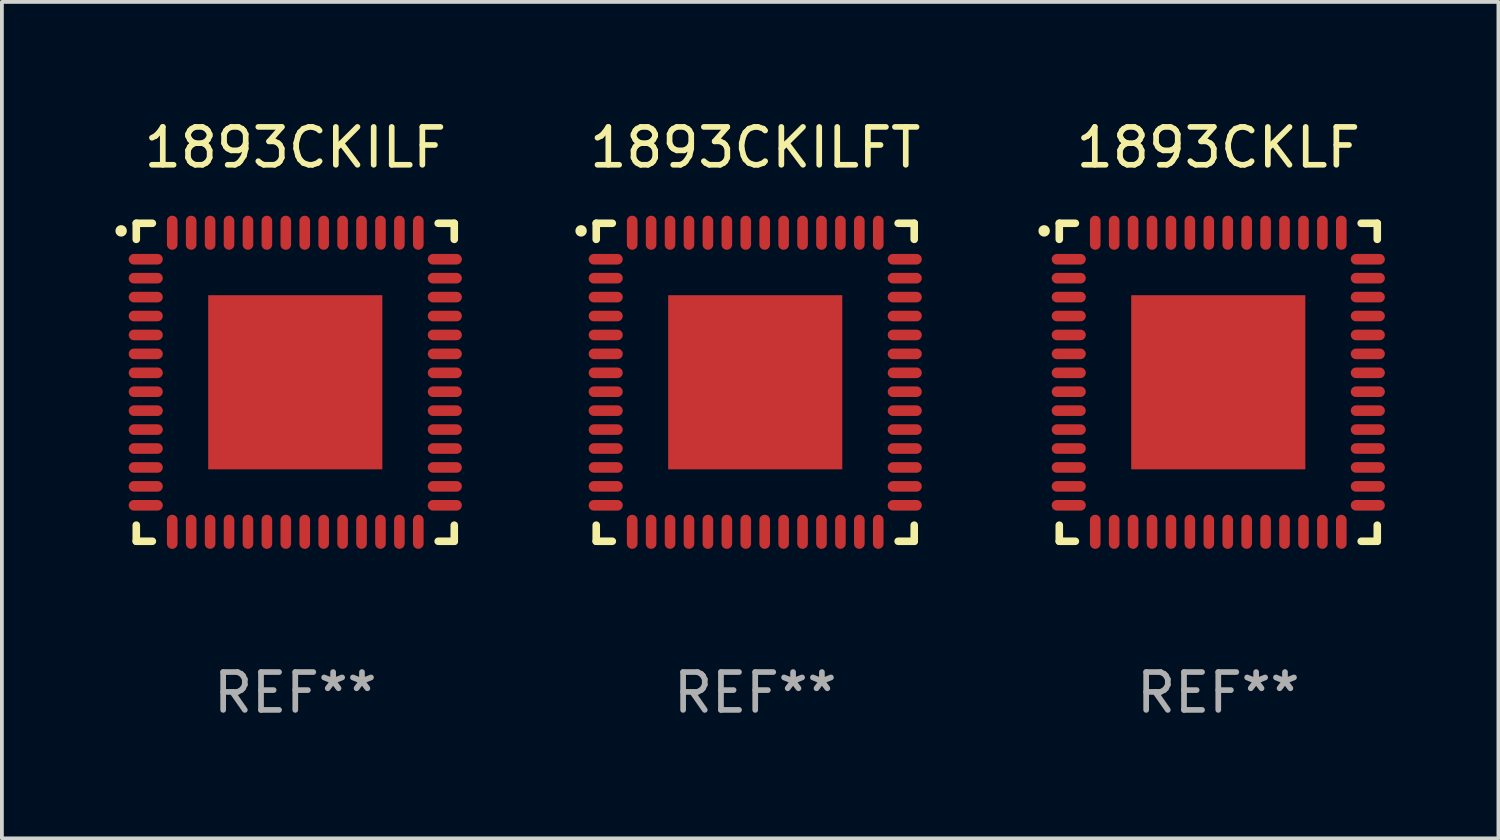
<source format=kicad_pcb>
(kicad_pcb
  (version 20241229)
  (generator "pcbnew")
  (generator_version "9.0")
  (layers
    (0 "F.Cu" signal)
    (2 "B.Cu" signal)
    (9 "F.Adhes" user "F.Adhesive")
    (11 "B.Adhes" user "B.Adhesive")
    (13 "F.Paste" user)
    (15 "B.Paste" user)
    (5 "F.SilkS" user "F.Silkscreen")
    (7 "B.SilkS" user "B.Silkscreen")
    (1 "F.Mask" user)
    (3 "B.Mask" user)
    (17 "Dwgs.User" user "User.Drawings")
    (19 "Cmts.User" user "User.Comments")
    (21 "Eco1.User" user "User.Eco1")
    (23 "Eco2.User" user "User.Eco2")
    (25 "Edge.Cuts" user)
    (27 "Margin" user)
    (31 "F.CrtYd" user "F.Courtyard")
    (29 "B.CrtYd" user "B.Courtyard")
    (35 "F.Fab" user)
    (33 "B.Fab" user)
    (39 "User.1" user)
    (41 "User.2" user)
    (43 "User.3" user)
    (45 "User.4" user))
  (footprint "1893CKILF"
    (layer "F.Cu")
    (at 4.75 7.048)
    (property "Reference" "1893CKILF" (at 0 -6.2 0) (layer "F.SilkS") (effects (font (size 1 1) (thickness 0.15))))
    (attr through_hole)
    (fp_line (start -4.2 -4.2) (end -3.775 -4.2) (stroke (width 0.2) (type solid)) (layer "F.SilkS"))
    (fp_line (start -4.2 -3.775) (end -4.2 -4.2) (stroke (width 0.2) (type solid)) (layer "F.SilkS"))
    (fp_line (start -4.2 3.775) (end -4.2 4.2) (stroke (width 0.2) (type solid)) (layer "F.SilkS"))
    (fp_line (start -4.2 4.2) (end -3.775 4.2) (stroke (width 0.2) (type solid)) (layer "F.SilkS"))
    (fp_line (start 3.775 4.2) (end 4.2 4.2) (stroke (width 0.2) (type solid)) (layer "F.SilkS"))
    (fp_line (start 4.2 -4.2) (end 3.775 -4.2) (stroke (width 0.2) (type solid)) (layer "F.SilkS"))
    (fp_line (start 4.2 -3.775) (end 4.2 -4.2) (stroke (width 0.2) (type solid)) (layer "F.SilkS"))
    (fp_line (start 4.2 4.2) (end 4.2 3.775) (stroke (width 0.2) (type solid)) (layer "F.SilkS"))
    (fp_arc (start -4.599949 -3.997968) (mid -4.599954 -3.999238) (end -4.599949 -4.000508) (stroke (width 0.3) (type solid)) (layer "F.SilkS"))
    (fp_text user "REF**" (at 0 8.2 0) (layer "F.Fab") (effects (font (size 1 1) (thickness 0.15))))
    (pad "1" smd oval (at -3.95 -3.25 90) (size 0.28 0.9) (layers "F.Cu" "F.Mask" "F.Paste"))
    (pad "2" smd oval (at -3.95 -2.75 90) (size 0.28 0.9) (layers "F.Cu" "F.Mask" "F.Paste"))
    (pad "3" smd oval (at -3.95 -2.25 90) (size 0.28 0.9) (layers "F.Cu" "F.Mask" "F.Paste"))
    (pad "4" smd oval (at -3.95 -1.75 90) (size 0.28 0.9) (layers "F.Cu" "F.Mask" "F.Paste"))
    (pad "5" smd oval (at -3.95 -1.25 90) (size 0.28 0.9) (layers "F.Cu" "F.Mask" "F.Paste"))
    (pad "6" smd oval (at -3.95 -0.75 90) (size 0.28 0.9) (layers "F.Cu" "F.Mask" "F.Paste"))
    (pad "7" smd oval (at -3.95 -0.25 90) (size 0.28 0.9) (layers "F.Cu" "F.Mask" "F.Paste"))
    (pad "8" smd oval (at -3.95 0.25 90) (size 0.28 0.9) (layers "F.Cu" "F.Mask" "F.Paste"))
    (pad "9" smd oval (at -3.95 0.75 90) (size 0.28 0.9) (layers "F.Cu" "F.Mask" "F.Paste"))
    (pad "10" smd oval (at -3.95 1.25 90) (size 0.28 0.9) (layers "F.Cu" "F.Mask" "F.Paste"))
    (pad "11" smd oval (at -3.95 1.75 90) (size 0.28 0.9) (layers "F.Cu" "F.Mask" "F.Paste"))
    (pad "12" smd oval (at -3.95 2.25 90) (size 0.28 0.9) (layers "F.Cu" "F.Mask" "F.Paste"))
    (pad "13" smd oval (at -3.95 2.75 90) (size 0.28 0.9) (layers "F.Cu" "F.Mask" "F.Paste"))
    (pad "14" smd oval (at -3.95 3.25 90) (size 0.28 0.9) (layers "F.Cu" "F.Mask" "F.Paste"))
    (pad "15" smd oval (at -3.25 3.95) (size 0.28 0.9) (layers "F.Cu" "F.Mask" "F.Paste"))
    (pad "16" smd oval (at -2.75 3.95) (size 0.28 0.9) (layers "F.Cu" "F.Mask" "F.Paste"))
    (pad "17" smd oval (at -2.25 3.95) (size 0.28 0.9) (layers "F.Cu" "F.Mask" "F.Paste"))
    (pad "18" smd oval (at -1.75 3.95) (size 0.28 0.9) (layers "F.Cu" "F.Mask" "F.Paste"))
    (pad "19" smd oval (at -1.25 3.95) (size 0.28 0.9) (layers "F.Cu" "F.Mask" "F.Paste"))
    (pad "20" smd oval (at -0.75 3.95) (size 0.28 0.9) (layers "F.Cu" "F.Mask" "F.Paste"))
    (pad "21" smd oval (at -0.25 3.95) (size 0.28 0.9) (layers "F.Cu" "F.Mask" "F.Paste"))
    (pad "22" smd oval (at 0.25 3.95) (size 0.28 0.9) (layers "F.Cu" "F.Mask" "F.Paste"))
    (pad "23" smd oval (at 0.75 3.95) (size 0.28 0.9) (layers "F.Cu" "F.Mask" "F.Paste"))
    (pad "24" smd oval (at 1.25 3.95) (size 0.28 0.9) (layers "F.Cu" "F.Mask" "F.Paste"))
    (pad "25" smd oval (at 1.75 3.95) (size 0.28 0.9) (layers "F.Cu" "F.Mask" "F.Paste"))
    (pad "26" smd oval (at 2.25 3.95) (size 0.28 0.9) (layers "F.Cu" "F.Mask" "F.Paste"))
    (pad "27" smd oval (at 2.75 3.95) (size 0.28 0.9) (layers "F.Cu" "F.Mask" "F.Paste"))
    (pad "28" smd oval (at 3.25 3.95) (size 0.28 0.9) (layers "F.Cu" "F.Mask" "F.Paste"))
    (pad "29" smd oval (at 3.95 3.25 90) (size 0.28 0.9) (layers "F.Cu" "F.Mask" "F.Paste"))
    (pad "30" smd oval (at 3.95 2.75 90) (size 0.28 0.9) (layers "F.Cu" "F.Mask" "F.Paste"))
    (pad "31" smd oval (at 3.95 2.25 90) (size 0.28 0.9) (layers "F.Cu" "F.Mask" "F.Paste"))
    (pad "32" smd oval (at 3.95 1.75 90) (size 0.28 0.9) (layers "F.Cu" "F.Mask" "F.Paste"))
    (pad "33" smd oval (at 3.95 1.25 90) (size 0.28 0.9) (layers "F.Cu" "F.Mask" "F.Paste"))
    (pad "34" smd oval (at 3.95 0.75 90) (size 0.28 0.9) (layers "F.Cu" "F.Mask" "F.Paste"))
    (pad "35" smd oval (at 3.95 0.25 90) (size 0.28 0.9) (layers "F.Cu" "F.Mask" "F.Paste"))
    (pad "36" smd oval (at 3.95 -0.25 90) (size 0.28 0.9) (layers "F.Cu" "F.Mask" "F.Paste"))
    (pad "37" smd oval (at 3.95 -0.75 90) (size 0.28 0.9) (layers "F.Cu" "F.Mask" "F.Paste"))
    (pad "38" smd oval (at 3.95 -1.25 90) (size 0.28 0.9) (layers "F.Cu" "F.Mask" "F.Paste"))
    (pad "39" smd oval (at 3.95 -1.75 90) (size 0.28 0.9) (layers "F.Cu" "F.Mask" "F.Paste"))
    (pad "40" smd oval (at 3.95 -2.25 90) (size 0.28 0.9) (layers "F.Cu" "F.Mask" "F.Paste"))
    (pad "41" smd oval (at 3.95 -2.75 90) (size 0.28 0.9) (layers "F.Cu" "F.Mask" "F.Paste"))
    (pad "42" smd oval (at 3.95 -3.25 90) (size 0.28 0.9) (layers "F.Cu" "F.Mask" "F.Paste"))
    (pad "43" smd oval (at 3.25 -3.95) (size 0.28 0.9) (layers "F.Cu" "F.Mask" "F.Paste"))
    (pad "44" smd oval (at 2.75 -3.95) (size 0.28 0.9) (layers "F.Cu" "F.Mask" "F.Paste"))
    (pad "45" smd oval (at 2.25 -3.95) (size 0.28 0.9) (layers "F.Cu" "F.Mask" "F.Paste"))
    (pad "46" smd oval (at 1.75 -3.95) (size 0.28 0.9) (layers "F.Cu" "F.Mask" "F.Paste"))
    (pad "47" smd oval (at 1.25 -3.95) (size 0.28 0.9) (layers "F.Cu" "F.Mask" "F.Paste"))
    (pad "48" smd oval (at 0.75 -3.95) (size 0.28 0.9) (layers "F.Cu" "F.Mask" "F.Paste"))
    (pad "49" smd oval (at 0.25 -3.95) (size 0.28 0.9) (layers "F.Cu" "F.Mask" "F.Paste"))
    (pad "50" smd oval (at -0.25 -3.95) (size 0.28 0.9) (layers "F.Cu" "F.Mask" "F.Paste"))
    (pad "51" smd oval (at -0.75 -3.95) (size 0.28 0.9) (layers "F.Cu" "F.Mask" "F.Paste"))
    (pad "52" smd oval (at -1.25 -3.95) (size 0.28 0.9) (layers "F.Cu" "F.Mask" "F.Paste"))
    (pad "53" smd oval (at -1.75 -3.95) (size 0.28 0.9) (layers "F.Cu" "F.Mask" "F.Paste"))
    (pad "54" smd oval (at -2.25 -3.95) (size 0.28 0.9) (layers "F.Cu" "F.Mask" "F.Paste"))
    (pad "55" smd oval (at -2.75 -3.95) (size 0.28 0.9) (layers "F.Cu" "F.Mask" "F.Paste"))
    (pad "56" smd oval (at -3.25 -3.95) (size 0.28 0.9) (layers "F.Cu" "F.Mask" "F.Paste"))
    (pad "57" smd rect (at 0 0.000051) (size 4.6 4.6) (layers "F.Cu" "F.Mask" "F.Paste")))
  (footprint "1893CKLF"
    (layer "F.Cu")
    (at 29.132 7.048)
    (property "Reference" "1893CKLF" (at 0 -6.2 0) (layer "F.SilkS") (effects (font (size 1 1) (thickness 0.15))))
    (attr through_hole)
    (fp_line (start -4.2 -4.2) (end -3.775 -4.2) (stroke (width 0.2) (type solid)) (layer "F.SilkS"))
    (fp_line (start -4.2 -3.775) (end -4.2 -4.2) (stroke (width 0.2) (type solid)) (layer "F.SilkS"))
    (fp_line (start -4.2 3.775) (end -4.2 4.2) (stroke (width 0.2) (type solid)) (layer "F.SilkS"))
    (fp_line (start -4.2 4.2) (end -3.775 4.2) (stroke (width 0.2) (type solid)) (layer "F.SilkS"))
    (fp_line (start 3.775 4.2) (end 4.2 4.2) (stroke (width 0.2) (type solid)) (layer "F.SilkS"))
    (fp_line (start 4.2 -4.2) (end 3.775 -4.2) (stroke (width 0.2) (type solid)) (layer "F.SilkS"))
    (fp_line (start 4.2 -3.775) (end 4.2 -4.2) (stroke (width 0.2) (type solid)) (layer "F.SilkS"))
    (fp_line (start 4.2 4.2) (end 4.2 3.775) (stroke (width 0.2) (type solid)) (layer "F.SilkS"))
    (fp_arc (start -4.599949 -3.997968) (mid -4.599954 -3.999238) (end -4.599949 -4.000508) (stroke (width 0.3) (type solid)) (layer "F.SilkS"))
    (fp_text user "REF**" (at 0 8.2 0) (layer "F.Fab") (effects (font (size 1 1) (thickness 0.15))))
    (pad "1" smd oval (at -3.95 -3.25 90) (size 0.28 0.9) (layers "F.Cu" "F.Mask" "F.Paste"))
    (pad "2" smd oval (at -3.95 -2.75 90) (size 0.28 0.9) (layers "F.Cu" "F.Mask" "F.Paste"))
    (pad "3" smd oval (at -3.95 -2.25 90) (size 0.28 0.9) (layers "F.Cu" "F.Mask" "F.Paste"))
    (pad "4" smd oval (at -3.95 -1.75 90) (size 0.28 0.9) (layers "F.Cu" "F.Mask" "F.Paste"))
    (pad "5" smd oval (at -3.95 -1.25 90) (size 0.28 0.9) (layers "F.Cu" "F.Mask" "F.Paste"))
    (pad "6" smd oval (at -3.95 -0.75 90) (size 0.28 0.9) (layers "F.Cu" "F.Mask" "F.Paste"))
    (pad "7" smd oval (at -3.95 -0.25 90) (size 0.28 0.9) (layers "F.Cu" "F.Mask" "F.Paste"))
    (pad "8" smd oval (at -3.95 0.25 90) (size 0.28 0.9) (layers "F.Cu" "F.Mask" "F.Paste"))
    (pad "9" smd oval (at -3.95 0.75 90) (size 0.28 0.9) (layers "F.Cu" "F.Mask" "F.Paste"))
    (pad "10" smd oval (at -3.95 1.25 90) (size 0.28 0.9) (layers "F.Cu" "F.Mask" "F.Paste"))
    (pad "11" smd oval (at -3.95 1.75 90) (size 0.28 0.9) (layers "F.Cu" "F.Mask" "F.Paste"))
    (pad "12" smd oval (at -3.95 2.25 90) (size 0.28 0.9) (layers "F.Cu" "F.Mask" "F.Paste"))
    (pad "13" smd oval (at -3.95 2.75 90) (size 0.28 0.9) (layers "F.Cu" "F.Mask" "F.Paste"))
    (pad "14" smd oval (at -3.95 3.25 90) (size 0.28 0.9) (layers "F.Cu" "F.Mask" "F.Paste"))
    (pad "15" smd oval (at -3.25 3.95) (size 0.28 0.9) (layers "F.Cu" "F.Mask" "F.Paste"))
    (pad "16" smd oval (at -2.75 3.95) (size 0.28 0.9) (layers "F.Cu" "F.Mask" "F.Paste"))
    (pad "17" smd oval (at -2.25 3.95) (size 0.28 0.9) (layers "F.Cu" "F.Mask" "F.Paste"))
    (pad "18" smd oval (at -1.75 3.95) (size 0.28 0.9) (layers "F.Cu" "F.Mask" "F.Paste"))
    (pad "19" smd oval (at -1.25 3.95) (size 0.28 0.9) (layers "F.Cu" "F.Mask" "F.Paste"))
    (pad "20" smd oval (at -0.75 3.95) (size 0.28 0.9) (layers "F.Cu" "F.Mask" "F.Paste"))
    (pad "21" smd oval (at -0.25 3.95) (size 0.28 0.9) (layers "F.Cu" "F.Mask" "F.Paste"))
    (pad "22" smd oval (at 0.25 3.95) (size 0.28 0.9) (layers "F.Cu" "F.Mask" "F.Paste"))
    (pad "23" smd oval (at 0.75 3.95) (size 0.28 0.9) (layers "F.Cu" "F.Mask" "F.Paste"))
    (pad "24" smd oval (at 1.25 3.95) (size 0.28 0.9) (layers "F.Cu" "F.Mask" "F.Paste"))
    (pad "25" smd oval (at 1.75 3.95) (size 0.28 0.9) (layers "F.Cu" "F.Mask" "F.Paste"))
    (pad "26" smd oval (at 2.25 3.95) (size 0.28 0.9) (layers "F.Cu" "F.Mask" "F.Paste"))
    (pad "27" smd oval (at 2.75 3.95) (size 0.28 0.9) (layers "F.Cu" "F.Mask" "F.Paste"))
    (pad "28" smd oval (at 3.25 3.95) (size 0.28 0.9) (layers "F.Cu" "F.Mask" "F.Paste"))
    (pad "29" smd oval (at 3.95 3.25 90) (size 0.28 0.9) (layers "F.Cu" "F.Mask" "F.Paste"))
    (pad "30" smd oval (at 3.95 2.75 90) (size 0.28 0.9) (layers "F.Cu" "F.Mask" "F.Paste"))
    (pad "31" smd oval (at 3.95 2.25 90) (size 0.28 0.9) (layers "F.Cu" "F.Mask" "F.Paste"))
    (pad "32" smd oval (at 3.95 1.75 90) (size 0.28 0.9) (layers "F.Cu" "F.Mask" "F.Paste"))
    (pad "33" smd oval (at 3.95 1.25 90) (size 0.28 0.9) (layers "F.Cu" "F.Mask" "F.Paste"))
    (pad "34" smd oval (at 3.95 0.75 90) (size 0.28 0.9) (layers "F.Cu" "F.Mask" "F.Paste"))
    (pad "35" smd oval (at 3.95 0.25 90) (size 0.28 0.9) (layers "F.Cu" "F.Mask" "F.Paste"))
    (pad "36" smd oval (at 3.95 -0.25 90) (size 0.28 0.9) (layers "F.Cu" "F.Mask" "F.Paste"))
    (pad "37" smd oval (at 3.95 -0.75 90) (size 0.28 0.9) (layers "F.Cu" "F.Mask" "F.Paste"))
    (pad "38" smd oval (at 3.95 -1.25 90) (size 0.28 0.9) (layers "F.Cu" "F.Mask" "F.Paste"))
    (pad "39" smd oval (at 3.95 -1.75 90) (size 0.28 0.9) (layers "F.Cu" "F.Mask" "F.Paste"))
    (pad "40" smd oval (at 3.95 -2.25 90) (size 0.28 0.9) (layers "F.Cu" "F.Mask" "F.Paste"))
    (pad "41" smd oval (at 3.95 -2.75 90) (size 0.28 0.9) (layers "F.Cu" "F.Mask" "F.Paste"))
    (pad "42" smd oval (at 3.95 -3.25 90) (size 0.28 0.9) (layers "F.Cu" "F.Mask" "F.Paste"))
    (pad "43" smd oval (at 3.25 -3.95) (size 0.28 0.9) (layers "F.Cu" "F.Mask" "F.Paste"))
    (pad "44" smd oval (at 2.75 -3.95) (size 0.28 0.9) (layers "F.Cu" "F.Mask" "F.Paste"))
    (pad "45" smd oval (at 2.25 -3.95) (size 0.28 0.9) (layers "F.Cu" "F.Mask" "F.Paste"))
    (pad "46" smd oval (at 1.75 -3.95) (size 0.28 0.9) (layers "F.Cu" "F.Mask" "F.Paste"))
    (pad "47" smd oval (at 1.25 -3.95) (size 0.28 0.9) (layers "F.Cu" "F.Mask" "F.Paste"))
    (pad "48" smd oval (at 0.75 -3.95) (size 0.28 0.9) (layers "F.Cu" "F.Mask" "F.Paste"))
    (pad "49" smd oval (at 0.25 -3.95) (size 0.28 0.9) (layers "F.Cu" "F.Mask" "F.Paste"))
    (pad "50" smd oval (at -0.25 -3.95) (size 0.28 0.9) (layers "F.Cu" "F.Mask" "F.Paste"))
    (pad "51" smd oval (at -0.75 -3.95) (size 0.28 0.9) (layers "F.Cu" "F.Mask" "F.Paste"))
    (pad "52" smd oval (at -1.25 -3.95) (size 0.28 0.9) (layers "F.Cu" "F.Mask" "F.Paste"))
    (pad "53" smd oval (at -1.75 -3.95) (size 0.28 0.9) (layers "F.Cu" "F.Mask" "F.Paste"))
    (pad "54" smd oval (at -2.25 -3.95) (size 0.28 0.9) (layers "F.Cu" "F.Mask" "F.Paste"))
    (pad "55" smd oval (at -2.75 -3.95) (size 0.28 0.9) (layers "F.Cu" "F.Mask" "F.Paste"))
    (pad "56" smd oval (at -3.25 -3.95) (size 0.28 0.9) (layers "F.Cu" "F.Mask" "F.Paste"))
    (pad "57" smd rect (at 0 0.000051) (size 4.6 4.6) (layers "F.Cu" "F.Mask" "F.Paste")))
  (footprint "1893CKILFT"
    (layer "F.Cu")
    (at 16.9 7.048)
    (property "Reference" "1893CKILFT" (at 0 -6.2 0) (layer "F.SilkS") (effects (font (size 1 1) (thickness 0.15))))
    (attr through_hole)
    (fp_line (start -4.2 -4.2) (end -3.775 -4.2) (stroke (width 0.2) (type solid)) (layer "F.SilkS"))
    (fp_line (start -4.2 -3.775) (end -4.2 -4.2) (stroke (width 0.2) (type solid)) (layer "F.SilkS"))
    (fp_line (start -4.2 3.775) (end -4.2 4.2) (stroke (width 0.2) (type solid)) (layer "F.SilkS"))
    (fp_line (start -4.2 4.2) (end -3.775 4.2) (stroke (width 0.2) (type solid)) (layer "F.SilkS"))
    (fp_line (start 3.775 4.2) (end 4.2 4.2) (stroke (width 0.2) (type solid)) (layer "F.SilkS"))
    (fp_line (start 4.2 -4.2) (end 3.775 -4.2) (stroke (width 0.2) (type solid)) (layer "F.SilkS"))
    (fp_line (start 4.2 -3.775) (end 4.2 -4.2) (stroke (width 0.2) (type solid)) (layer "F.SilkS"))
    (fp_line (start 4.2 4.2) (end 4.2 3.775) (stroke (width 0.2) (type solid)) (layer "F.SilkS"))
    (fp_arc (start -4.599949 -3.997968) (mid -4.599954 -3.999238) (end -4.599949 -4.000508) (stroke (width 0.3) (type solid)) (layer "F.SilkS"))
    (fp_text user "REF**" (at 0 8.2 0) (layer "F.Fab") (effects (font (size 1 1) (thickness 0.15))))
    (pad "1" smd oval (at -3.95 -3.25 90) (size 0.28 0.9) (layers "F.Cu" "F.Mask" "F.Paste"))
    (pad "2" smd oval (at -3.95 -2.75 90) (size 0.28 0.9) (layers "F.Cu" "F.Mask" "F.Paste"))
    (pad "3" smd oval (at -3.95 -2.25 90) (size 0.28 0.9) (layers "F.Cu" "F.Mask" "F.Paste"))
    (pad "4" smd oval (at -3.95 -1.75 90) (size 0.28 0.9) (layers "F.Cu" "F.Mask" "F.Paste"))
    (pad "5" smd oval (at -3.95 -1.25 90) (size 0.28 0.9) (layers "F.Cu" "F.Mask" "F.Paste"))
    (pad "6" smd oval (at -3.95 -0.75 90) (size 0.28 0.9) (layers "F.Cu" "F.Mask" "F.Paste"))
    (pad "7" smd oval (at -3.95 -0.25 90) (size 0.28 0.9) (layers "F.Cu" "F.Mask" "F.Paste"))
    (pad "8" smd oval (at -3.95 0.25 90) (size 0.28 0.9) (layers "F.Cu" "F.Mask" "F.Paste"))
    (pad "9" smd oval (at -3.95 0.75 90) (size 0.28 0.9) (layers "F.Cu" "F.Mask" "F.Paste"))
    (pad "10" smd oval (at -3.95 1.25 90) (size 0.28 0.9) (layers "F.Cu" "F.Mask" "F.Paste"))
    (pad "11" smd oval (at -3.95 1.75 90) (size 0.28 0.9) (layers "F.Cu" "F.Mask" "F.Paste"))
    (pad "12" smd oval (at -3.95 2.25 90) (size 0.28 0.9) (layers "F.Cu" "F.Mask" "F.Paste"))
    (pad "13" smd oval (at -3.95 2.75 90) (size 0.28 0.9) (layers "F.Cu" "F.Mask" "F.Paste"))
    (pad "14" smd oval (at -3.95 3.25 90) (size 0.28 0.9) (layers "F.Cu" "F.Mask" "F.Paste"))
    (pad "15" smd oval (at -3.25 3.95) (size 0.28 0.9) (layers "F.Cu" "F.Mask" "F.Paste"))
    (pad "16" smd oval (at -2.75 3.95) (size 0.28 0.9) (layers "F.Cu" "F.Mask" "F.Paste"))
    (pad "17" smd oval (at -2.25 3.95) (size 0.28 0.9) (layers "F.Cu" "F.Mask" "F.Paste"))
    (pad "18" smd oval (at -1.75 3.95) (size 0.28 0.9) (layers "F.Cu" "F.Mask" "F.Paste"))
    (pad "19" smd oval (at -1.25 3.95) (size 0.28 0.9) (layers "F.Cu" "F.Mask" "F.Paste"))
    (pad "20" smd oval (at -0.75 3.95) (size 0.28 0.9) (layers "F.Cu" "F.Mask" "F.Paste"))
    (pad "21" smd oval (at -0.25 3.95) (size 0.28 0.9) (layers "F.Cu" "F.Mask" "F.Paste"))
    (pad "22" smd oval (at 0.25 3.95) (size 0.28 0.9) (layers "F.Cu" "F.Mask" "F.Paste"))
    (pad "23" smd oval (at 0.75 3.95) (size 0.28 0.9) (layers "F.Cu" "F.Mask" "F.Paste"))
    (pad "24" smd oval (at 1.25 3.95) (size 0.28 0.9) (layers "F.Cu" "F.Mask" "F.Paste"))
    (pad "25" smd oval (at 1.75 3.95) (size 0.28 0.9) (layers "F.Cu" "F.Mask" "F.Paste"))
    (pad "26" smd oval (at 2.25 3.95) (size 0.28 0.9) (layers "F.Cu" "F.Mask" "F.Paste"))
    (pad "27" smd oval (at 2.75 3.95) (size 0.28 0.9) (layers "F.Cu" "F.Mask" "F.Paste"))
    (pad "28" smd oval (at 3.25 3.95) (size 0.28 0.9) (layers "F.Cu" "F.Mask" "F.Paste"))
    (pad "29" smd oval (at 3.95 3.25 90) (size 0.28 0.9) (layers "F.Cu" "F.Mask" "F.Paste"))
    (pad "30" smd oval (at 3.95 2.75 90) (size 0.28 0.9) (layers "F.Cu" "F.Mask" "F.Paste"))
    (pad "31" smd oval (at 3.95 2.25 90) (size 0.28 0.9) (layers "F.Cu" "F.Mask" "F.Paste"))
    (pad "32" smd oval (at 3.95 1.75 90) (size 0.28 0.9) (layers "F.Cu" "F.Mask" "F.Paste"))
    (pad "33" smd oval (at 3.95 1.25 90) (size 0.28 0.9) (layers "F.Cu" "F.Mask" "F.Paste"))
    (pad "34" smd oval (at 3.95 0.75 90) (size 0.28 0.9) (layers "F.Cu" "F.Mask" "F.Paste"))
    (pad "35" smd oval (at 3.95 0.25 90) (size 0.28 0.9) (layers "F.Cu" "F.Mask" "F.Paste"))
    (pad "36" smd oval (at 3.95 -0.25 90) (size 0.28 0.9) (layers "F.Cu" "F.Mask" "F.Paste"))
    (pad "37" smd oval (at 3.95 -0.75 90) (size 0.28 0.9) (layers "F.Cu" "F.Mask" "F.Paste"))
    (pad "38" smd oval (at 3.95 -1.25 90) (size 0.28 0.9) (layers "F.Cu" "F.Mask" "F.Paste"))
    (pad "39" smd oval (at 3.95 -1.75 90) (size 0.28 0.9) (layers "F.Cu" "F.Mask" "F.Paste"))
    (pad "40" smd oval (at 3.95 -2.25 90) (size 0.28 0.9) (layers "F.Cu" "F.Mask" "F.Paste"))
    (pad "41" smd oval (at 3.95 -2.75 90) (size 0.28 0.9) (layers "F.Cu" "F.Mask" "F.Paste"))
    (pad "42" smd oval (at 3.95 -3.25 90) (size 0.28 0.9) (layers "F.Cu" "F.Mask" "F.Paste"))
    (pad "43" smd oval (at 3.25 -3.95) (size 0.28 0.9) (layers "F.Cu" "F.Mask" "F.Paste"))
    (pad "44" smd oval (at 2.75 -3.95) (size 0.28 0.9) (layers "F.Cu" "F.Mask" "F.Paste"))
    (pad "45" smd oval (at 2.25 -3.95) (size 0.28 0.9) (layers "F.Cu" "F.Mask" "F.Paste"))
    (pad "46" smd oval (at 1.75 -3.95) (size 0.28 0.9) (layers "F.Cu" "F.Mask" "F.Paste"))
    (pad "47" smd oval (at 1.25 -3.95) (size 0.28 0.9) (layers "F.Cu" "F.Mask" "F.Paste"))
    (pad "48" smd oval (at 0.75 -3.95) (size 0.28 0.9) (layers "F.Cu" "F.Mask" "F.Paste"))
    (pad "49" smd oval (at 0.25 -3.95) (size 0.28 0.9) (layers "F.Cu" "F.Mask" "F.Paste"))
    (pad "50" smd oval (at -0.25 -3.95) (size 0.28 0.9) (layers "F.Cu" "F.Mask" "F.Paste"))
    (pad "51" smd oval (at -0.75 -3.95) (size 0.28 0.9) (layers "F.Cu" "F.Mask" "F.Paste"))
    (pad "52" smd oval (at -1.25 -3.95) (size 0.28 0.9) (layers "F.Cu" "F.Mask" "F.Paste"))
    (pad "53" smd oval (at -1.75 -3.95) (size 0.28 0.9) (layers "F.Cu" "F.Mask" "F.Paste"))
    (pad "54" smd oval (at -2.25 -3.95) (size 0.28 0.9) (layers "F.Cu" "F.Mask" "F.Paste"))
    (pad "55" smd oval (at -2.75 -3.95) (size 0.28 0.9) (layers "F.Cu" "F.Mask" "F.Paste"))
    (pad "56" smd oval (at -3.25 -3.95) (size 0.28 0.9) (layers "F.Cu" "F.Mask" "F.Paste"))
    (pad "57" smd rect (at 0 0.000051) (size 4.6 4.6) (layers "F.Cu" "F.Mask" "F.Paste")))
  (gr_rect
    (start -3 -3)
    (end 36.532 19.096)
    (stroke (width 0.1) (type default))
    (fill no)
    (layer "Edge.Cuts")))
</source>
